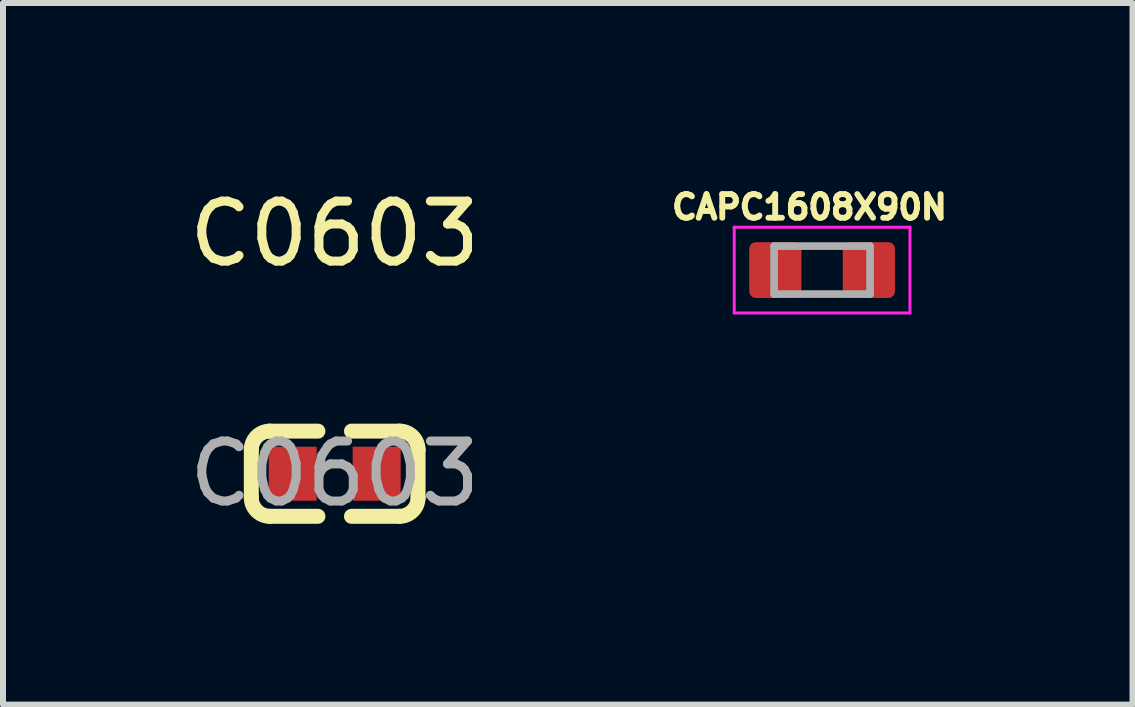
<source format=kicad_pcb>
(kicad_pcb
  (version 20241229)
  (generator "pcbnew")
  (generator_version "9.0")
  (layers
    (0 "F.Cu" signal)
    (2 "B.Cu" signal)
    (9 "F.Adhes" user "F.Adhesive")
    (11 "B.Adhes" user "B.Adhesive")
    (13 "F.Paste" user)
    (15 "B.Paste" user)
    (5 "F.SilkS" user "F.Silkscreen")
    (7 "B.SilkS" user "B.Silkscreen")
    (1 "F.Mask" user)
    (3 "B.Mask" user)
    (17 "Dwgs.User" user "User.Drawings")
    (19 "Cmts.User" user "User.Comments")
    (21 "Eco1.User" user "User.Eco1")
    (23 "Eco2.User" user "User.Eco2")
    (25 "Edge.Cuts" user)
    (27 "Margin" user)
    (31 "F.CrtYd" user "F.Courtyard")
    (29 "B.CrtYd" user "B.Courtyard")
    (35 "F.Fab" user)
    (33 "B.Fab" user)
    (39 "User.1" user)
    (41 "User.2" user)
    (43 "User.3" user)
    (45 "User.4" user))
  (footprint "C0603"
    (layer "F.Cu")
    (at 2.53 4.848)
    (property "Reference" "C0603" (at 0 -4 0) (layer "F.SilkS") (effects (font (size 1 1) (thickness 0.15))))
    (attr smd)
    (fp_line (start -1.39 0.4) (end -1.39 -0.4) (stroke (width 0.25) (type solid)) (layer "F.SilkS"))
    (fp_line (start -0.28 -0.71) (end -1.08 -0.71) (stroke (width 0.25) (type solid)) (layer "F.SilkS"))
    (fp_line (start -0.28 0.71) (end -1.08 0.71) (stroke (width 0.25) (type solid)) (layer "F.SilkS"))
    (fp_line (start 0.28 -0.71) (end 1.08 -0.71) (stroke (width 0.25) (type solid)) (layer "F.SilkS"))
    (fp_line (start 0.28 0.71) (end 1.08 0.71) (stroke (width 0.25) (type solid)) (layer "F.SilkS"))
    (fp_line (start 1.39 -0.4) (end 1.39 0.4) (stroke (width 0.25) (type solid)) (layer "F.SilkS"))
    (fp_arc (start -1.39 -0.4) (mid -1.299203 -0.619203) (end -1.08 -0.71) (stroke (width 0.25) (type solid)) (layer "F.SilkS"))
    (fp_arc (start -1.08 0.71) (mid -1.299203 0.619203) (end -1.39 0.4) (stroke (width 0.25) (type solid)) (layer "F.SilkS"))
    (fp_arc (start 1.08 -0.71) (mid 1.299203 -0.619203) (end 1.39 -0.4) (stroke (width 0.25) (type solid)) (layer "F.SilkS"))
    (fp_arc (start 1.39 0.4) (mid 1.299203 0.619203) (end 1.08 0.71) (stroke (width 0.25) (type solid)) (layer "F.SilkS"))
    (fp_circle (center -0.8 0.4) (end -0.77 0.4) (stroke (width 0.06) (type solid)) (fill no) (layer "F.SilkS"))
    (fp_text user "${REFERENCE}" (at 0 0 0) (layer "F.Fab") (effects (font (size 1 1) (thickness 0.15))))
    (pad "1" smd rect (at -0.7 0) (size 0.8 0.9) (layers "F.Cu" "F.Mask" "F.Paste"))
    (pad "2" smd rect (at 0.7 0) (size 0.8 0.9) (layers "F.Cu" "F.Mask" "F.Paste")))
  (footprint "CAPC1608X90N"
    (layer "F.Cu")
    (at 10.656 1.453)
    (property "Reference" "CAPC1608X90N" (at -0.21 -1.05 0) (layer "F.SilkS") (effects (font (size 0.394 0.394) (thickness 0.15))))
    (attr smd)
    (fp_line (start -1.465 -0.715) (end 1.465 -0.715) (stroke (width 0.05) (type solid)) (layer "F.CrtYd"))
    (fp_line (start -1.465 0.715) (end -1.465 -0.715) (stroke (width 0.05) (type solid)) (layer "F.CrtYd"))
    (fp_line (start -1.465 0.715) (end 1.465 0.715) (stroke (width 0.05) (type solid)) (layer "F.CrtYd"))
    (fp_line (start 1.465 0.715) (end 1.465 -0.715) (stroke (width 0.05) (type solid)) (layer "F.CrtYd"))
    (fp_line (start -0.8 0.4) (end -0.8 -0.4) (stroke (width 0.127) (type solid)) (layer "F.Fab"))
    (fp_line (start 0.8 -0.4) (end -0.8 -0.4) (stroke (width 0.127) (type solid)) (layer "F.Fab"))
    (fp_line (start 0.8 0.4) (end -0.8 0.4) (stroke (width 0.127) (type solid)) (layer "F.Fab"))
    (fp_line (start 0.8 0.4) (end 0.8 -0.4) (stroke (width 0.127) (type solid)) (layer "F.Fab"))
    (pad "1" smd roundrect (at -0.78 0) (size 0.87 0.93) (layers "F.Cu" "F.Mask" "F.Paste") (roundrect_rratio 0.125))
    (pad "2" smd roundrect (at 0.78 0) (size 0.87 0.93) (layers "F.Cu" "F.Mask" "F.Paste") (roundrect_rratio 0.125)))
  (gr_rect
    (start -3 -3)
    (end 15.832 8.697)
    (stroke (width 0.1) (type default))
    (fill no)
    (layer "Edge.Cuts")))
</source>
